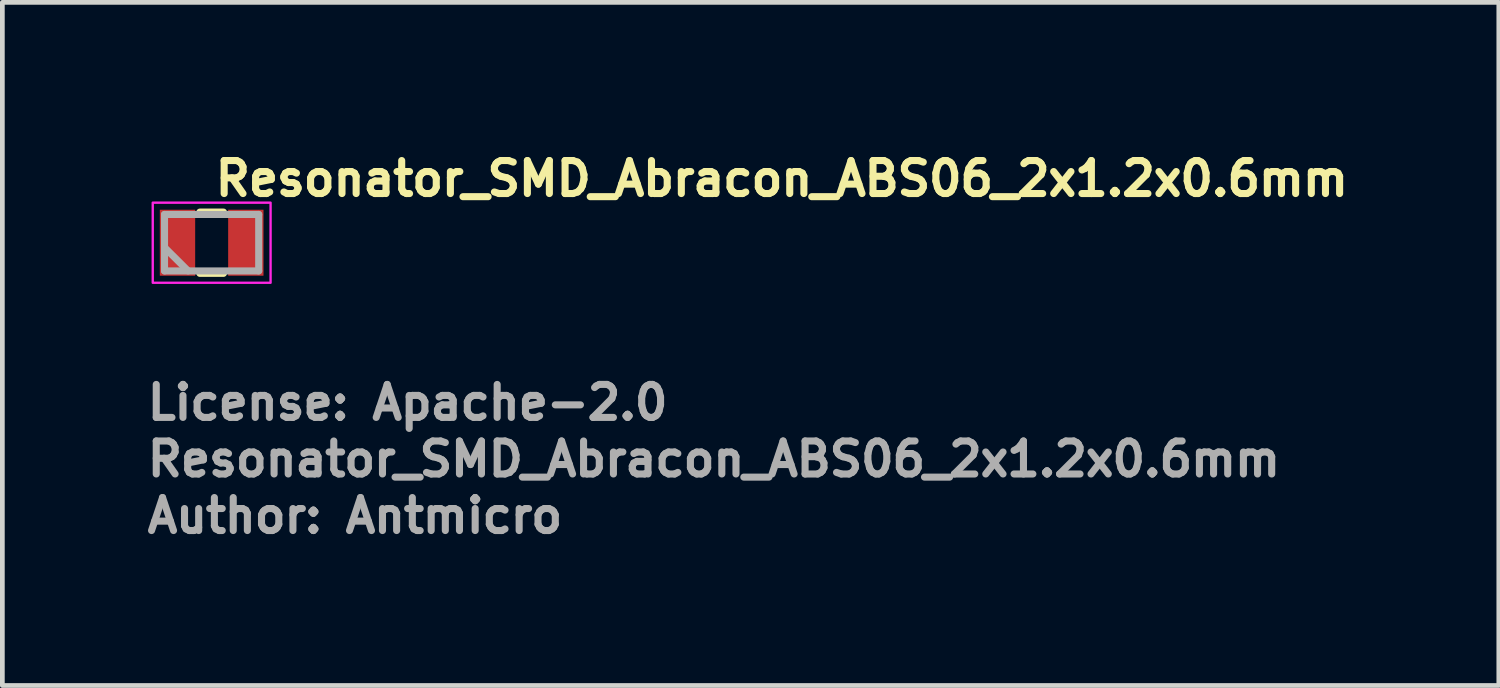
<source format=kicad_pcb>
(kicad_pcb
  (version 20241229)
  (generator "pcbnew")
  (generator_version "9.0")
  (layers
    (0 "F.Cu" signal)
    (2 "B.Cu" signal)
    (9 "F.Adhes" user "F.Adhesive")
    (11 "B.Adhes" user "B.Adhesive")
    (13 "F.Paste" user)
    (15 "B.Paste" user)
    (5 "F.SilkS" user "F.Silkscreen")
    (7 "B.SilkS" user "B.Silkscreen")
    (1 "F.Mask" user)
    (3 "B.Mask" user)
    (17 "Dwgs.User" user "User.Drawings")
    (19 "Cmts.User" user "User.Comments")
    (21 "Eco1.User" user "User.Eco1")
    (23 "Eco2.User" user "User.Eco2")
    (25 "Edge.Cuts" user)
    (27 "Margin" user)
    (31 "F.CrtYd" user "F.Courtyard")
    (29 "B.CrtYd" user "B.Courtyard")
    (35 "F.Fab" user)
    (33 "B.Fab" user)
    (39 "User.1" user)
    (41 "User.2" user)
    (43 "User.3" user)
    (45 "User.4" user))
  (footprint "Resonator_SMD_Abracon_ABS06_2x1.2x0.6mm"
    (layer "F.Cu")
    (at 1.441 2.1)
    (property "Reference" "Resonator_SMD_Abracon_ABS06_2x1.2x0.6mm" (at 0 -0.95 0) (layer "F.SilkS") (effects (font (size 0.7 0.7) (thickness 0.15)) (justify left bottom)))
    (attr smd)
    (fp_line (start -0.25 -0.65) (end 0.25 -0.65) (stroke (width 0.15) (type default)) (layer "F.SilkS"))
    (fp_line (start -0.25 0.65) (end 0.25 0.65) (stroke (width 0.15) (type default)) (layer "F.SilkS"))
    (fp_rect (start -1.25 -0.85) (end 1.25 0.85) (stroke (width 0.05) (type solid)) (fill no) (layer "F.CrtYd"))
    (fp_line (start -1 -0.6) (end -1 0.598) (stroke (width 0.15) (type solid)) (layer "F.Fab"))
    (fp_line (start -1 0.1) (end -0.5 0.598) (stroke (width 0.15) (type solid)) (layer "F.Fab"))
    (fp_line (start -1 0.598) (end 0.998 0.598) (stroke (width 0.15) (type solid)) (layer "F.Fab"))
    (fp_line (start 0.998 -0.6) (end -1 -0.6) (stroke (width 0.15) (type solid)) (layer "F.Fab"))
    (fp_line (start 0.998 0.598) (end 0.998 -0.6) (stroke (width 0.15) (type solid)) (layer "F.Fab"))
    (fp_rect (start -1.004 -0.597) (end 1.003 0.595) (stroke (width 0.1) (type solid)) (fill no) (layer "User.5"))
    (fp_line (start -1.004 -0.522) (end -1 -0.522) (stroke (width 0.02) (type solid)) (layer "User.9"))
    (fp_line (start -1.004 0.52) (end -1.004 -0.522) (stroke (width 0.02) (type solid)) (layer "User.9"))
    (fp_line (start -1 -0.522) (end -0.996 -0.523) (stroke (width 0.02) (type solid)) (layer "User.9"))
    (fp_line (start -1 0.52) (end -1.004 0.52) (stroke (width 0.02) (type solid)) (layer "User.9"))
    (fp_line (start -0.996 -0.523) (end -0.992 -0.523) (stroke (width 0.02) (type solid)) (layer "User.9"))
    (fp_line (start -0.996 0.521) (end -1 0.52) (stroke (width 0.02) (type solid)) (layer "User.9"))
    (fp_line (start -0.992 -0.523) (end -0.988 -0.524) (stroke (width 0.02) (type solid)) (layer "User.9"))
    (fp_line (start -0.992 0.521) (end -0.996 0.521) (stroke (width 0.02) (type solid)) (layer "User.9"))
    (fp_line (start -0.988 -0.524) (end -0.985 -0.525) (stroke (width 0.02) (type solid)) (layer "User.9"))
    (fp_line (start -0.988 0.522) (end -0.992 0.521) (stroke (width 0.02) (type solid)) (layer "User.9"))
    (fp_line (start -0.985 -0.525) (end -0.981 -0.526) (stroke (width 0.02) (type solid)) (layer "User.9"))
    (fp_line (start -0.985 0.523) (end -0.988 0.522) (stroke (width 0.02) (type solid)) (layer "User.9"))
    (fp_line (start -0.981 -0.526) (end -0.978 -0.527) (stroke (width 0.02) (type solid)) (layer "User.9"))
    (fp_line (start -0.981 0.524) (end -0.985 0.523) (stroke (width 0.02) (type solid)) (layer "User.9"))
    (fp_line (start -0.978 -0.527) (end -0.974 -0.528) (stroke (width 0.02) (type solid)) (layer "User.9"))
    (fp_line (start -0.978 0.525) (end -0.981 0.524) (stroke (width 0.02) (type solid)) (layer "User.9"))
    (fp_line (start -0.974 -0.528) (end -0.971 -0.53) (stroke (width 0.02) (type solid)) (layer "User.9"))
    (fp_line (start -0.974 0.526) (end -0.978 0.525) (stroke (width 0.02) (type solid)) (layer "User.9"))
    (fp_line (start -0.971 -0.53) (end -0.967 -0.531) (stroke (width 0.02) (type solid)) (layer "User.9"))
    (fp_line (start -0.971 0.528) (end -0.974 0.526) (stroke (width 0.02) (type solid)) (layer "User.9"))
    (fp_line (start -0.967 -0.531) (end -0.964 -0.533) (stroke (width 0.02) (type solid)) (layer "User.9"))
    (fp_line (start -0.967 0.529) (end -0.971 0.528) (stroke (width 0.02) (type solid)) (layer "User.9"))
    (fp_line (start -0.964 -0.533) (end -0.961 -0.535) (stroke (width 0.02) (type solid)) (layer "User.9"))
    (fp_line (start -0.964 0.531) (end -0.967 0.529) (stroke (width 0.02) (type solid)) (layer "User.9"))
    (fp_line (start -0.961 -0.535) (end -0.959 -0.537) (stroke (width 0.02) (type solid)) (layer "User.9"))
    (fp_line (start -0.961 0.533) (end -0.964 0.531) (stroke (width 0.02) (type solid)) (layer "User.9"))
    (fp_line (start -0.959 -0.537) (end -0.956 -0.54) (stroke (width 0.02) (type solid)) (layer "User.9"))
    (fp_line (start -0.959 0.535) (end -0.961 0.533) (stroke (width 0.02) (type solid)) (layer "User.9"))
    (fp_line (start -0.956 -0.54) (end -0.954 -0.542) (stroke (width 0.02) (type solid)) (layer "User.9"))
    (fp_line (start -0.956 0.538) (end -0.959 0.535) (stroke (width 0.02) (type solid)) (layer "User.9"))
    (fp_line (start -0.954 -0.542) (end -0.951 -0.545) (stroke (width 0.02) (type solid)) (layer "User.9"))
    (fp_line (start -0.954 0.54) (end -0.956 0.538) (stroke (width 0.02) (type solid)) (layer "User.9"))
    (fp_line (start -0.951 -0.545) (end -0.948 -0.547) (stroke (width 0.02) (type solid)) (layer "User.9"))
    (fp_line (start -0.951 0.543) (end -0.954 0.54) (stroke (width 0.02) (type solid)) (layer "User.9"))
    (fp_line (start -0.948 -0.547) (end -0.946 -0.55) (stroke (width 0.02) (type solid)) (layer "User.9"))
    (fp_line (start -0.948 0.545) (end -0.951 0.543) (stroke (width 0.02) (type solid)) (layer "User.9"))
    (fp_line (start -0.946 -0.55) (end -0.944 -0.553) (stroke (width 0.02) (type solid)) (layer "User.9"))
    (fp_line (start -0.946 0.548) (end -0.948 0.545) (stroke (width 0.02) (type solid)) (layer "User.9"))
    (fp_line (start -0.944 -0.553) (end -0.942 -0.556) (stroke (width 0.02) (type solid)) (layer "User.9"))
    (fp_line (start -0.944 0.551) (end -0.946 0.548) (stroke (width 0.02) (type solid)) (layer "User.9"))
    (fp_line (start -0.942 -0.556) (end -0.94 -0.559) (stroke (width 0.02) (type solid)) (layer "User.9"))
    (fp_line (start -0.942 0.554) (end -0.944 0.551) (stroke (width 0.02) (type solid)) (layer "User.9"))
    (fp_line (start -0.94 -0.559) (end -0.938 -0.562) (stroke (width 0.02) (type solid)) (layer "User.9"))
    (fp_line (start -0.94 0.557) (end -0.942 0.554) (stroke (width 0.02) (type solid)) (layer "User.9"))
    (fp_line (start -0.938 -0.562) (end -0.936 -0.565) (stroke (width 0.02) (type solid)) (layer "User.9"))
    (fp_line (start -0.938 0.56) (end -0.94 0.557) (stroke (width 0.02) (type solid)) (layer "User.9"))
    (fp_line (start -0.936 -0.565) (end -0.935 -0.569) (stroke (width 0.02) (type solid)) (layer "User.9"))
    (fp_line (start -0.936 0.563) (end -0.938 0.56) (stroke (width 0.02) (type solid)) (layer "User.9"))
    (fp_line (start -0.935 -0.569) (end -0.933 -0.572) (stroke (width 0.02) (type solid)) (layer "User.9"))
    (fp_line (start -0.935 0.567) (end -0.936 0.563) (stroke (width 0.02) (type solid)) (layer "User.9"))
    (fp_line (start -0.933 -0.572) (end -0.932 -0.576) (stroke (width 0.02) (type solid)) (layer "User.9"))
    (fp_line (start -0.933 0.57) (end -0.935 0.567) (stroke (width 0.02) (type solid)) (layer "User.9"))
    (fp_line (start -0.932 -0.576) (end -0.931 -0.578) (stroke (width 0.02) (type solid)) (layer "User.9"))
    (fp_line (start -0.932 0.574) (end -0.933 0.57) (stroke (width 0.02) (type solid)) (layer "User.9"))
    (fp_line (start -0.931 -0.578) (end -0.93 -0.582) (stroke (width 0.02) (type solid)) (layer "User.9"))
    (fp_line (start -0.931 0.576) (end -0.932 0.574) (stroke (width 0.02) (type solid)) (layer "User.9"))
    (fp_line (start -0.93 -0.582) (end -0.929 -0.586) (stroke (width 0.02) (type solid)) (layer "User.9"))
    (fp_line (start -0.93 0.58) (end -0.931 0.576) (stroke (width 0.02) (type solid)) (layer "User.9"))
    (fp_line (start -0.929 -0.597) (end 0.927 -0.597) (stroke (width 0.02) (type solid)) (layer "User.9"))
    (fp_line (start -0.929 -0.593) (end -0.929 -0.597) (stroke (width 0.02) (type solid)) (layer "User.9"))
    (fp_line (start -0.929 -0.59) (end -0.929 -0.593) (stroke (width 0.02) (type solid)) (layer "User.9"))
    (fp_line (start -0.929 -0.586) (end -0.929 -0.59) (stroke (width 0.02) (type solid)) (layer "User.9"))
    (fp_line (start -0.929 0.584) (end -0.93 0.58) (stroke (width 0.02) (type solid)) (layer "User.9"))
    (fp_line (start -0.929 0.588) (end -0.929 0.584) (stroke (width 0.02) (type solid)) (layer "User.9"))
    (fp_line (start -0.929 0.591) (end -0.929 0.588) (stroke (width 0.02) (type solid)) (layer "User.9"))
    (fp_line (start -0.929 0.595) (end -0.929 0.591) (stroke (width 0.02) (type solid)) (layer "User.9"))
    (fp_line (start -0.916 -0.44) (end -0.916 -0.436) (stroke (width 0.02) (type solid)) (layer "User.9"))
    (fp_line (start -0.916 -0.436) (end -0.916 -0.432) (stroke (width 0.02) (type solid)) (layer "User.9"))
    (fp_line (start -0.916 0.43) (end -0.916 -0.432) (stroke (width 0.02) (type solid)) (layer "User.9"))
    (fp_line (start -0.916 0.43) (end -0.916 0.434) (stroke (width 0.02) (type solid)) (layer "User.9"))
    (fp_line (start -0.916 0.434) (end -0.916 0.438) (stroke (width 0.02) (type solid)) (layer "User.9"))
    (fp_line (start -0.916 0.438) (end -0.915 0.442) (stroke (width 0.02) (type solid)) (layer "User.9"))
    (fp_line (start -0.915 -0.444) (end -0.916 -0.44) (stroke (width 0.02) (type solid)) (layer "User.9"))
    (fp_line (start -0.915 0.442) (end -0.914 0.445) (stroke (width 0.02) (type solid)) (layer "User.9"))
    (fp_line (start -0.914 -0.452) (end -0.914 -0.447) (stroke (width 0.02) (type solid)) (layer "User.9"))
    (fp_line (start -0.914 -0.447) (end -0.915 -0.444) (stroke (width 0.02) (type solid)) (layer "User.9"))
    (fp_line (start -0.914 0.445) (end -0.914 0.45) (stroke (width 0.02) (type solid)) (layer "User.9"))
    (fp_line (start -0.914 0.45) (end -0.913 0.453) (stroke (width 0.02) (type solid)) (layer "User.9"))
    (fp_line (start -0.913 -0.455) (end -0.914 -0.452) (stroke (width 0.02) (type solid)) (layer "User.9"))
    (fp_line (start -0.913 0.453) (end -0.911 0.457) (stroke (width 0.02) (type solid)) (layer "User.9"))
    (fp_line (start -0.911 -0.459) (end -0.913 -0.455) (stroke (width 0.02) (type solid)) (layer "User.9"))
    (fp_line (start -0.911 0.457) (end -0.91 0.46) (stroke (width 0.02) (type solid)) (layer "User.9"))
    (fp_line (start -0.91 -0.462) (end -0.911 -0.459) (stroke (width 0.02) (type solid)) (layer "User.9"))
    (fp_line (start -0.91 0.46) (end -0.909 0.464) (stroke (width 0.02) (type solid)) (layer "User.9"))
    (fp_line (start -0.909 -0.466) (end -0.91 -0.462) (stroke (width 0.02) (type solid)) (layer "User.9"))
    (fp_line (start -0.909 0.464) (end -0.907 0.467) (stroke (width 0.02) (type solid)) (layer "User.9"))
    (fp_line (start -0.907 -0.469) (end -0.909 -0.466) (stroke (width 0.02) (type solid)) (layer "User.9"))
    (fp_line (start -0.907 0.467) (end -0.905 0.47) (stroke (width 0.02) (type solid)) (layer "User.9"))
    (fp_line (start -0.905 -0.472) (end -0.907 -0.469) (stroke (width 0.02) (type solid)) (layer "User.9"))
    (fp_line (start -0.905 0.47) (end -0.903 0.474) (stroke (width 0.02) (type solid)) (layer "User.9"))
    (fp_line (start -0.903 -0.476) (end -0.905 -0.472) (stroke (width 0.02) (type solid)) (layer "User.9"))
    (fp_line (start -0.903 0.474) (end -0.901 0.477) (stroke (width 0.02) (type solid)) (layer "User.9"))
    (fp_line (start -0.901 -0.479) (end -0.903 -0.476) (stroke (width 0.02) (type solid)) (layer "User.9"))
    (fp_line (start -0.901 0.477) (end -0.899 0.479) (stroke (width 0.02) (type solid)) (layer "User.9"))
    (fp_line (start -0.899 -0.481) (end -0.901 -0.479) (stroke (width 0.02) (type solid)) (layer "User.9"))
    (fp_line (start -0.899 0.479) (end -0.895 0.481) (stroke (width 0.02) (type solid)) (layer "User.9"))
    (fp_line (start -0.895 -0.483) (end -0.899 -0.481) (stroke (width 0.02) (type solid)) (layer "User.9"))
    (fp_line (start -0.895 0.481) (end -0.893 0.484) (stroke (width 0.02) (type solid)) (layer "User.9"))
    (fp_line (start -0.893 -0.486) (end -0.895 -0.483) (stroke (width 0.02) (type solid)) (layer "User.9"))
    (fp_line (start -0.893 -0.486) (end -0.893 -0.486) (stroke (width 0.02) (type solid)) (layer "User.9"))
    (fp_line (start -0.893 0.484) (end -0.893 0.484) (stroke (width 0.02) (type solid)) (layer "User.9"))
    (fp_line (start -0.893 0.484) (end -0.89 0.487) (stroke (width 0.02) (type solid)) (layer "User.9"))
    (fp_line (start -0.89 -0.489) (end -0.893 -0.486) (stroke (width 0.02) (type solid)) (layer "User.9"))
    (fp_line (start -0.89 0.487) (end -0.887 0.489) (stroke (width 0.02) (type solid)) (layer "User.9"))
    (fp_line (start -0.887 -0.491) (end -0.89 -0.489) (stroke (width 0.02) (type solid)) (layer "User.9"))
    (fp_line (start -0.887 0.489) (end -0.884 0.492) (stroke (width 0.02) (type solid)) (layer "User.9"))
    (fp_line (start -0.884 -0.494) (end -0.887 -0.491) (stroke (width 0.02) (type solid)) (layer "User.9"))
    (fp_line (start -0.884 0.492) (end -0.881 0.494) (stroke (width 0.02) (type solid)) (layer "User.9"))
    (fp_line (start -0.881 -0.496) (end -0.884 -0.494) (stroke (width 0.02) (type solid)) (layer "User.9"))
    (fp_line (start -0.881 0.494) (end -0.878 0.496) (stroke (width 0.02) (type solid)) (layer "User.9"))
    (fp_line (start -0.878 -0.498) (end -0.881 -0.496) (stroke (width 0.02) (type solid)) (layer "User.9"))
    (fp_line (start -0.878 0.496) (end -0.875 0.498) (stroke (width 0.02) (type solid)) (layer "User.9"))
    (fp_line (start -0.875 -0.5) (end -0.878 -0.498) (stroke (width 0.02) (type solid)) (layer "User.9"))
    (fp_line (start -0.875 0.498) (end -0.871 0.499) (stroke (width 0.02) (type solid)) (layer "User.9"))
    (fp_line (start -0.871 -0.501) (end -0.875 -0.5) (stroke (width 0.02) (type solid)) (layer "User.9"))
    (fp_line (start -0.871 0.499) (end -0.868 0.501) (stroke (width 0.02) (type solid)) (layer "User.9"))
    (fp_line (start -0.868 -0.503) (end -0.871 -0.501) (stroke (width 0.02) (type solid)) (layer "User.9"))
    (fp_line (start -0.868 0.501) (end -0.864 0.502) (stroke (width 0.02) (type solid)) (layer "User.9"))
    (fp_line (start -0.864 -0.504) (end -0.868 -0.503) (stroke (width 0.02) (type solid)) (layer "User.9"))
    (fp_line (start -0.864 0.502) (end -0.861 0.503) (stroke (width 0.02) (type solid)) (layer "User.9"))
    (fp_line (start -0.861 -0.505) (end -0.864 -0.504) (stroke (width 0.02) (type solid)) (layer "User.9"))
    (fp_line (start -0.861 0.503) (end -0.857 0.504) (stroke (width 0.02) (type solid)) (layer "User.9"))
    (fp_line (start -0.857 -0.506) (end -0.861 -0.505) (stroke (width 0.02) (type solid)) (layer "User.9"))
    (fp_line (start -0.857 0.504) (end -0.854 0.505) (stroke (width 0.02) (type solid)) (layer "User.9"))
    (fp_line (start -0.854 -0.507) (end -0.857 -0.506) (stroke (width 0.02) (type solid)) (layer "User.9"))
    (fp_line (start -0.854 0.505) (end -0.85 0.506) (stroke (width 0.02) (type solid)) (layer "User.9"))
    (fp_line (start -0.85 -0.508) (end -0.854 -0.507) (stroke (width 0.02) (type solid)) (layer "User.9"))
    (fp_line (start -0.85 0.506) (end -0.846 0.506) (stroke (width 0.02) (type solid)) (layer "User.9"))
    (fp_line (start -0.846 -0.508) (end -0.85 -0.508) (stroke (width 0.02) (type solid)) (layer "User.9"))
    (fp_line (start -0.846 0.506) (end -0.842 0.506) (stroke (width 0.02) (type solid)) (layer "User.9"))
    (fp_line (start -0.842 -0.508) (end -0.846 -0.508) (stroke (width 0.02) (type solid)) (layer "User.9"))
    (fp_line (start -0.842 0.506) (end -0.839 0.506) (stroke (width 0.02) (type solid)) (layer "User.9"))
    (fp_line (start -0.839 -0.508) (end -0.842 -0.508) (stroke (width 0.02) (type solid)) (layer "User.9"))
    (fp_line (start -0.839 -0.508) (end 0.837 -0.508) (stroke (width 0.02) (type solid)) (layer "User.9"))
    (fp_line (start 0.837 0.506) (end -0.839 0.506) (stroke (width 0.02) (type solid)) (layer "User.9"))
    (fp_line (start 0.837 0.506) (end 0.84 0.506) (stroke (width 0.02) (type solid)) (layer "User.9"))
    (fp_line (start 0.84 -0.508) (end 0.837 -0.508) (stroke (width 0.02) (type solid)) (layer "User.9"))
    (fp_line (start 0.84 0.506) (end 0.844 0.506) (stroke (width 0.02) (type solid)) (layer "User.9"))
    (fp_line (start 0.844 -0.508) (end 0.84 -0.508) (stroke (width 0.02) (type solid)) (layer "User.9"))
    (fp_line (start 0.844 0.506) (end 0.848 0.506) (stroke (width 0.02) (type solid)) (layer "User.9"))
    (fp_line (start 0.848 -0.508) (end 0.844 -0.508) (stroke (width 0.02) (type solid)) (layer "User.9"))
    (fp_line (start 0.848 0.506) (end 0.852 0.505) (stroke (width 0.02) (type solid)) (layer "User.9"))
    (fp_line (start 0.852 -0.507) (end 0.848 -0.508) (stroke (width 0.02) (type solid)) (layer "User.9"))
    (fp_line (start 0.852 0.505) (end 0.855 0.504) (stroke (width 0.02) (type solid)) (layer "User.9"))
    (fp_line (start 0.855 -0.506) (end 0.852 -0.507) (stroke (width 0.02) (type solid)) (layer "User.9"))
    (fp_line (start 0.855 0.504) (end 0.859 0.503) (stroke (width 0.02) (type solid)) (layer "User.9"))
    (fp_line (start 0.859 -0.505) (end 0.855 -0.506) (stroke (width 0.02) (type solid)) (layer "User.9"))
    (fp_line (start 0.859 0.503) (end 0.862 0.502) (stroke (width 0.02) (type solid)) (layer "User.9"))
    (fp_line (start 0.862 -0.504) (end 0.859 -0.505) (stroke (width 0.02) (type solid)) (layer "User.9"))
    (fp_line (start 0.862 0.502) (end 0.866 0.501) (stroke (width 0.02) (type solid)) (layer "User.9"))
    (fp_line (start 0.866 -0.503) (end 0.862 -0.504) (stroke (width 0.02) (type solid)) (layer "User.9"))
    (fp_line (start 0.866 0.501) (end 0.869 0.499) (stroke (width 0.02) (type solid)) (layer "User.9"))
    (fp_line (start 0.869 -0.501) (end 0.866 -0.503) (stroke (width 0.02) (type solid)) (layer "User.9"))
    (fp_line (start 0.869 0.499) (end 0.873 0.498) (stroke (width 0.02) (type solid)) (layer "User.9"))
    (fp_line (start 0.873 -0.5) (end 0.869 -0.501) (stroke (width 0.02) (type solid)) (layer "User.9"))
    (fp_line (start 0.873 0.498) (end 0.876 0.496) (stroke (width 0.02) (type solid)) (layer "User.9"))
    (fp_line (start 0.876 -0.498) (end 0.873 -0.5) (stroke (width 0.02) (type solid)) (layer "User.9"))
    (fp_line (start 0.876 0.496) (end 0.879 0.494) (stroke (width 0.02) (type solid)) (layer "User.9"))
    (fp_line (start 0.879 -0.496) (end 0.876 -0.498) (stroke (width 0.02) (type solid)) (layer "User.9"))
    (fp_line (start 0.879 0.494) (end 0.882 0.492) (stroke (width 0.02) (type solid)) (layer "User.9"))
    (fp_line (start 0.882 -0.494) (end 0.879 -0.496) (stroke (width 0.02) (type solid)) (layer "User.9"))
    (fp_line (start 0.882 0.492) (end 0.885 0.489) (stroke (width 0.02) (type solid)) (layer "User.9"))
    (fp_line (start 0.885 -0.491) (end 0.882 -0.494) (stroke (width 0.02) (type solid)) (layer "User.9"))
    (fp_line (start 0.885 0.489) (end 0.888 0.487) (stroke (width 0.02) (type solid)) (layer "User.9"))
    (fp_line (start 0.888 -0.489) (end 0.885 -0.491) (stroke (width 0.02) (type solid)) (layer "User.9"))
    (fp_line (start 0.888 0.487) (end 0.891 0.484) (stroke (width 0.02) (type solid)) (layer "User.9"))
    (fp_line (start 0.891 -0.486) (end 0.888 -0.489) (stroke (width 0.02) (type solid)) (layer "User.9"))
    (fp_line (start 0.891 -0.486) (end 0.891 -0.486) (stroke (width 0.02) (type solid)) (layer "User.9"))
    (fp_line (start 0.891 0.484) (end 0.891 0.484) (stroke (width 0.02) (type solid)) (layer "User.9"))
    (fp_line (start 0.891 0.484) (end 0.893 0.481) (stroke (width 0.02) (type solid)) (layer "User.9"))
    (fp_line (start 0.893 -0.483) (end 0.891 -0.486) (stroke (width 0.02) (type solid)) (layer "User.9"))
    (fp_line (start 0.893 0.481) (end 0.897 0.479) (stroke (width 0.02) (type solid)) (layer "User.9"))
    (fp_line (start 0.897 -0.481) (end 0.893 -0.483) (stroke (width 0.02) (type solid)) (layer "User.9"))
    (fp_line (start 0.897 0.479) (end 0.899 0.477) (stroke (width 0.02) (type solid)) (layer "User.9"))
    (fp_line (start 0.899 -0.479) (end 0.897 -0.481) (stroke (width 0.02) (type solid)) (layer "User.9"))
    (fp_line (start 0.899 0.477) (end 0.901 0.474) (stroke (width 0.02) (type solid)) (layer "User.9"))
    (fp_line (start 0.901 -0.476) (end 0.899 -0.479) (stroke (width 0.02) (type solid)) (layer "User.9"))
    (fp_line (start 0.901 0.474) (end 0.903 0.47) (stroke (width 0.02) (type solid)) (layer "User.9"))
    (fp_line (start 0.903 -0.472) (end 0.901 -0.476) (stroke (width 0.02) (type solid)) (layer "User.9"))
    (fp_line (start 0.903 0.47) (end 0.905 0.467) (stroke (width 0.02) (type solid)) (layer "User.9"))
    (fp_line (start 0.905 -0.469) (end 0.903 -0.472) (stroke (width 0.02) (type solid)) (layer "User.9"))
    (fp_line (start 0.905 0.467) (end 0.907 0.464) (stroke (width 0.02) (type solid)) (layer "User.9"))
    (fp_line (start 0.907 -0.466) (end 0.905 -0.469) (stroke (width 0.02) (type solid)) (layer "User.9"))
    (fp_line (start 0.907 0.464) (end 0.908 0.46) (stroke (width 0.02) (type solid)) (layer "User.9"))
    (fp_line (start 0.908 -0.462) (end 0.907 -0.466) (stroke (width 0.02) (type solid)) (layer "User.9"))
    (fp_line (start 0.908 0.46) (end 0.909 0.457) (stroke (width 0.02) (type solid)) (layer "User.9"))
    (fp_line (start 0.909 -0.459) (end 0.908 -0.462) (stroke (width 0.02) (type solid)) (layer "User.9"))
    (fp_line (start 0.909 0.457) (end 0.911 0.453) (stroke (width 0.02) (type solid)) (layer "User.9"))
    (fp_line (start 0.911 -0.455) (end 0.909 -0.459) (stroke (width 0.02) (type solid)) (layer "User.9"))
    (fp_line (start 0.911 0.453) (end 0.912 0.45) (stroke (width 0.02) (type solid)) (layer "User.9"))
    (fp_line (start 0.912 -0.452) (end 0.911 -0.455) (stroke (width 0.02) (type solid)) (layer "User.9"))
    (fp_line (start 0.912 -0.447) (end 0.912 -0.452) (stroke (width 0.02) (type solid)) (layer "User.9"))
    (fp_line (start 0.912 0.445) (end 0.913 0.442) (stroke (width 0.02) (type solid)) (layer "User.9"))
    (fp_line (start 0.912 0.45) (end 0.912 0.445) (stroke (width 0.02) (type solid)) (layer "User.9"))
    (fp_line (start 0.913 -0.444) (end 0.912 -0.447) (stroke (width 0.02) (type solid)) (layer "User.9"))
    (fp_line (start 0.913 0.442) (end 0.914 0.438) (stroke (width 0.02) (type solid)) (layer "User.9"))
    (fp_line (start 0.914 -0.44) (end 0.913 -0.444) (stroke (width 0.02) (type solid)) (layer "User.9"))
    (fp_line (start 0.914 -0.436) (end 0.914 -0.44) (stroke (width 0.02) (type solid)) (layer "User.9"))
    (fp_line (start 0.914 -0.432) (end 0.914 -0.436) (stroke (width 0.02) (type solid)) (layer "User.9"))
    (fp_line (start 0.914 -0.432) (end 0.914 0.43) (stroke (width 0.02) (type solid)) (layer "User.9"))
    (fp_line (start 0.914 0.434) (end 0.914 0.43) (stroke (width 0.02) (type solid)) (layer "User.9"))
    (fp_line (start 0.914 0.438) (end 0.914 0.434) (stroke (width 0.02) (type solid)) (layer "User.9"))
    (fp_line (start 0.927 -0.597) (end 0.927 -0.593) (stroke (width 0.02) (type solid)) (layer "User.9"))
    (fp_line (start 0.927 -0.593) (end 0.927 -0.59) (stroke (width 0.02) (type solid)) (layer "User.9"))
    (fp_line (start 0.927 -0.59) (end 0.927 -0.586) (stroke (width 0.02) (type solid)) (layer "User.9"))
    (fp_line (start 0.927 -0.586) (end 0.928 -0.582) (stroke (width 0.02) (type solid)) (layer "User.9"))
    (fp_line (start 0.927 0.584) (end 0.927 0.588) (stroke (width 0.02) (type solid)) (layer "User.9"))
    (fp_line (start 0.927 0.588) (end 0.927 0.591) (stroke (width 0.02) (type solid)) (layer "User.9"))
    (fp_line (start 0.927 0.591) (end 0.927 0.595) (stroke (width 0.02) (type solid)) (layer "User.9"))
    (fp_line (start 0.927 0.595) (end -0.929 0.595) (stroke (width 0.02) (type solid)) (layer "User.9"))
    (fp_line (start 0.928 -0.582) (end 0.929 -0.578) (stroke (width 0.02) (type solid)) (layer "User.9"))
    (fp_line (start 0.928 0.58) (end 0.927 0.584) (stroke (width 0.02) (type solid)) (layer "User.9"))
    (fp_line (start 0.929 -0.578) (end 0.93 -0.576) (stroke (width 0.02) (type solid)) (layer "User.9"))
    (fp_line (start 0.929 0.576) (end 0.928 0.58) (stroke (width 0.02) (type solid)) (layer "User.9"))
    (fp_line (start 0.93 -0.576) (end 0.931 -0.572) (stroke (width 0.02) (type solid)) (layer "User.9"))
    (fp_line (start 0.93 0.574) (end 0.929 0.576) (stroke (width 0.02) (type solid)) (layer "User.9"))
    (fp_line (start 0.931 -0.572) (end 0.933 -0.569) (stroke (width 0.02) (type solid)) (layer "User.9"))
    (fp_line (start 0.931 0.57) (end 0.93 0.574) (stroke (width 0.02) (type solid)) (layer "User.9"))
    (fp_line (start 0.933 -0.569) (end 0.934 -0.565) (stroke (width 0.02) (type solid)) (layer "User.9"))
    (fp_line (start 0.933 0.567) (end 0.931 0.57) (stroke (width 0.02) (type solid)) (layer "User.9"))
    (fp_line (start 0.934 -0.565) (end 0.936 -0.562) (stroke (width 0.02) (type solid)) (layer "User.9"))
    (fp_line (start 0.934 0.563) (end 0.933 0.567) (stroke (width 0.02) (type solid)) (layer "User.9"))
    (fp_line (start 0.936 -0.562) (end 0.938 -0.559) (stroke (width 0.02) (type solid)) (layer "User.9"))
    (fp_line (start 0.936 0.56) (end 0.934 0.563) (stroke (width 0.02) (type solid)) (layer "User.9"))
    (fp_line (start 0.938 -0.559) (end 0.94 -0.556) (stroke (width 0.02) (type solid)) (layer "User.9"))
    (fp_line (start 0.938 0.557) (end 0.936 0.56) (stroke (width 0.02) (type solid)) (layer "User.9"))
    (fp_line (start 0.94 -0.556) (end 0.942 -0.553) (stroke (width 0.02) (type solid)) (layer "User.9"))
    (fp_line (start 0.94 0.554) (end 0.938 0.557) (stroke (width 0.02) (type solid)) (layer "User.9"))
    (fp_line (start 0.942 -0.553) (end 0.944 -0.55) (stroke (width 0.02) (type solid)) (layer "User.9"))
    (fp_line (start 0.942 0.551) (end 0.94 0.554) (stroke (width 0.02) (type solid)) (layer "User.9"))
    (fp_line (start 0.944 -0.55) (end 0.946 -0.547) (stroke (width 0.02) (type solid)) (layer "User.9"))
    (fp_line (start 0.944 0.548) (end 0.942 0.551) (stroke (width 0.02) (type solid)) (layer "User.9"))
    (fp_line (start 0.946 -0.547) (end 0.949 -0.545) (stroke (width 0.02) (type solid)) (layer "User.9"))
    (fp_line (start 0.946 0.545) (end 0.944 0.548) (stroke (width 0.02) (type solid)) (layer "User.9"))
    (fp_line (start 0.949 -0.545) (end 0.952 -0.542) (stroke (width 0.02) (type solid)) (layer "User.9"))
    (fp_line (start 0.949 0.543) (end 0.946 0.545) (stroke (width 0.02) (type solid)) (layer "User.9"))
    (fp_line (start 0.952 -0.542) (end 0.954 -0.54) (stroke (width 0.02) (type solid)) (layer "User.9"))
    (fp_line (start 0.952 0.54) (end 0.949 0.543) (stroke (width 0.02) (type solid)) (layer "User.9"))
    (fp_line (start 0.954 -0.54) (end 0.957 -0.537) (stroke (width 0.02) (type solid)) (layer "User.9"))
    (fp_line (start 0.954 0.538) (end 0.952 0.54) (stroke (width 0.02) (type solid)) (layer "User.9"))
    (fp_line (start 0.957 -0.537) (end 0.959 -0.535) (stroke (width 0.02) (type solid)) (layer "User.9"))
    (fp_line (start 0.957 0.535) (end 0.954 0.538) (stroke (width 0.02) (type solid)) (layer "User.9"))
    (fp_line (start 0.959 -0.535) (end 0.962 -0.533) (stroke (width 0.02) (type solid)) (layer "User.9"))
    (fp_line (start 0.959 0.533) (end 0.957 0.535) (stroke (width 0.02) (type solid)) (layer "User.9"))
    (fp_line (start 0.962 -0.533) (end 0.965 -0.531) (stroke (width 0.02) (type solid)) (layer "User.9"))
    (fp_line (start 0.962 0.531) (end 0.959 0.533) (stroke (width 0.02) (type solid)) (layer "User.9"))
    (fp_line (start 0.965 -0.531) (end 0.969 -0.53) (stroke (width 0.02) (type solid)) (layer "User.9"))
    (fp_line (start 0.965 0.529) (end 0.962 0.531) (stroke (width 0.02) (type solid)) (layer "User.9"))
    (fp_line (start 0.969 -0.53) (end 0.972 -0.528) (stroke (width 0.02) (type solid)) (layer "User.9"))
    (fp_line (start 0.969 0.528) (end 0.965 0.529) (stroke (width 0.02) (type solid)) (layer "User.9"))
    (fp_line (start 0.972 -0.528) (end 0.976 -0.527) (stroke (width 0.02) (type solid)) (layer "User.9"))
    (fp_line (start 0.972 0.526) (end 0.969 0.528) (stroke (width 0.02) (type solid)) (layer "User.9"))
    (fp_line (start 0.976 -0.527) (end 0.979 -0.526) (stroke (width 0.02) (type solid)) (layer "User.9"))
    (fp_line (start 0.976 0.525) (end 0.972 0.526) (stroke (width 0.02) (type solid)) (layer "User.9"))
    (fp_line (start 0.979 -0.526) (end 0.983 -0.525) (stroke (width 0.02) (type solid)) (layer "User.9"))
    (fp_line (start 0.979 0.524) (end 0.976 0.525) (stroke (width 0.02) (type solid)) (layer "User.9"))
    (fp_line (start 0.983 -0.525) (end 0.986 -0.524) (stroke (width 0.02) (type solid)) (layer "User.9"))
    (fp_line (start 0.983 0.523) (end 0.979 0.524) (stroke (width 0.02) (type solid)) (layer "User.9"))
    (fp_line (start 0.986 -0.524) (end 0.99 -0.523) (stroke (width 0.02) (type solid)) (layer "User.9"))
    (fp_line (start 0.986 0.522) (end 0.983 0.523) (stroke (width 0.02) (type solid)) (layer "User.9"))
    (fp_line (start 0.99 -0.523) (end 0.994 -0.523) (stroke (width 0.02) (type solid)) (layer "User.9"))
    (fp_line (start 0.99 0.521) (end 0.986 0.522) (stroke (width 0.02) (type solid)) (layer "User.9"))
    (fp_line (start 0.994 -0.523) (end 0.998 -0.522) (stroke (width 0.02) (type solid)) (layer "User.9"))
    (fp_line (start 0.994 0.521) (end 0.99 0.521) (stroke (width 0.02) (type solid)) (layer "User.9"))
    (fp_line (start 0.998 -0.522) (end 1.003 -0.522) (stroke (width 0.02) (type solid)) (layer "User.9"))
    (fp_line (start 0.998 0.52) (end 0.994 0.521) (stroke (width 0.02) (type solid)) (layer "User.9"))
    (fp_line (start 1.003 -0.522) (end 1.003 0.52) (stroke (width 0.02) (type solid)) (layer "User.9"))
    (fp_line (start 1.003 0.52) (end 0.998 0.52) (stroke (width 0.02) (type solid)) (layer "User.9"))
    (fp_text user "${REFERENCE}" (at -1.441 5 0) (layer "F.Fab") (effects (font (size 0.7 0.7) (thickness 0.15)) (justify left bottom)))
    (fp_text user "Author: Antmicro" (at -1.441 6.2 0) (layer "F.Fab") (effects (font (size 0.7 0.7) (thickness 0.15)) (justify left bottom)))
    (fp_text user "License: Apache-2.0" (at -1.441 3.8 0) (layer "F.Fab") (effects (font (size 0.7 0.7) (thickness 0.15)) (justify left bottom)))
    (pad "1" smd rect (at -0.725 0) (size 0.75 1.4) (layers "F.Cu" "F.Mask" "F.Paste"))
    (pad "2" smd rect (at 0.725 0) (size 0.75 1.4) (layers "F.Cu" "F.Mask" "F.Paste")))
  (gr_rect
    (start -3 -3)
    (end 28.751 11.495)
    (stroke (width 0.1) (type default))
    (fill no)
    (layer "Edge.Cuts")))
</source>
